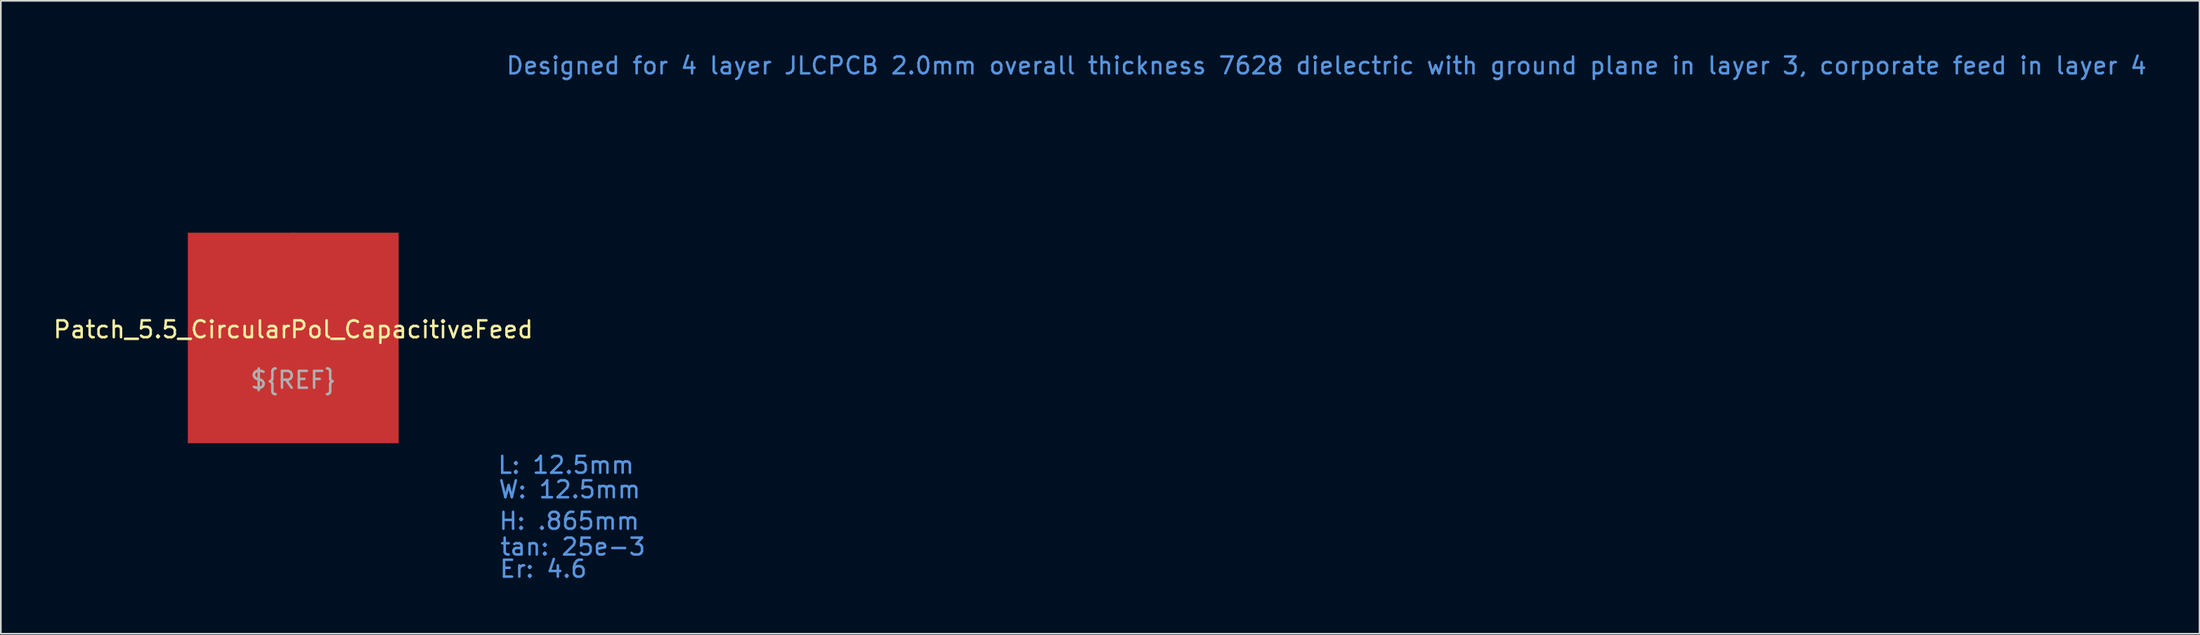
<source format=kicad_pcb>
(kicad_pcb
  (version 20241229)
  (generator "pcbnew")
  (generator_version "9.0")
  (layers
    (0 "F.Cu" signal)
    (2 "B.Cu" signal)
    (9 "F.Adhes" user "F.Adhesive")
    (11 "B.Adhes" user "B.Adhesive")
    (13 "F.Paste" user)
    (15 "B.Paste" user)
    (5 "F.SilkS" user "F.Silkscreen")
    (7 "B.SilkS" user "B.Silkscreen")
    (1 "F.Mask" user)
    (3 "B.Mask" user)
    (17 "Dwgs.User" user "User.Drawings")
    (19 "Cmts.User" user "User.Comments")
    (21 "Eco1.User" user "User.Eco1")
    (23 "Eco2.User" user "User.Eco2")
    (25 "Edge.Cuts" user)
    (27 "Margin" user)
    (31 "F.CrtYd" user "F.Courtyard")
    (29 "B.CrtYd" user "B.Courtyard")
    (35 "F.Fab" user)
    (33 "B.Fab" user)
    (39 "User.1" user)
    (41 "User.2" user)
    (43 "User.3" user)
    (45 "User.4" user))
  (footprint "Patch_5.5_CircularPol_CapacitiveFeed"
    (layer "F.Cu")
    (at 14.339 17.018)
    (property "Reference" "Patch_5.5_CircularPol_CapacitiveFeed" (at 0 -0.5 0) (unlocked yes) (layer "F.SilkS") (effects (font (size 1 1) (thickness 0.15))))
    (attr through_hole)
    (fp_poly (pts (xy 6.25 -6.25) (xy 6.25 6.25) (xy -6.25 6.25) (xy -6.25 -6.25)) (stroke (width 0.0001) (type solid)) (fill yes) (layer "F.Cu"))
    (fp_text user "Designed for 4 layer JLCPCB 2.0mm overall thickness 7628 dielectric with ground plane in layer 3, corporate feed in layer 4" (at 12.55 -16.17 0) (unlocked yes) (layer "Cmts.User") (effects (font (size 1 1) (thickness 0.15)) (justify left)))
    (fp_text user "Er: 4.6" (at 12.163 13.716 0) (unlocked yes) (layer "Cmts.User") (effects (font (size 1 1) (thickness 0.15)) (justify left)))
    (fp_text user "tan: 25e-3" (at 12.2 12.4 0) (unlocked yes) (layer "Cmts.User") (effects (font (size 1 1) (thickness 0.15)) (justify left)))
    (fp_text user "L: 12.5mm" (at 12.054 7.547 0) (unlocked yes) (layer "Cmts.User") (effects (font (size 1 1) (thickness 0.15)) (justify left)))
    (fp_text user "H: .865mm" (at 12.126 10.872 0) (unlocked yes) (layer "Cmts.User") (effects (font (size 1 1) (thickness 0.15)) (justify left)))
    (fp_text user "W: 12.5mm" (at 12.1 9 0) (unlocked yes) (layer "Cmts.User") (effects (font (size 1 1) (thickness 0.15)) (justify left)))
    (fp_text user "${REF}" (at 0 2.5 0) (unlocked yes) (layer "F.Fab") (effects (font (size 1 1) (thickness 0.15))))
    (pad "1" smd circle (at 0 -5.854) (size 0.792 0.792) (layers "F.Cu")))
  (gr_rect
    (start -3 -3)
    (end 127.377 34.583)
    (stroke (width 0.1) (type default))
    (fill no)
    (layer "Edge.Cuts")))
</source>
